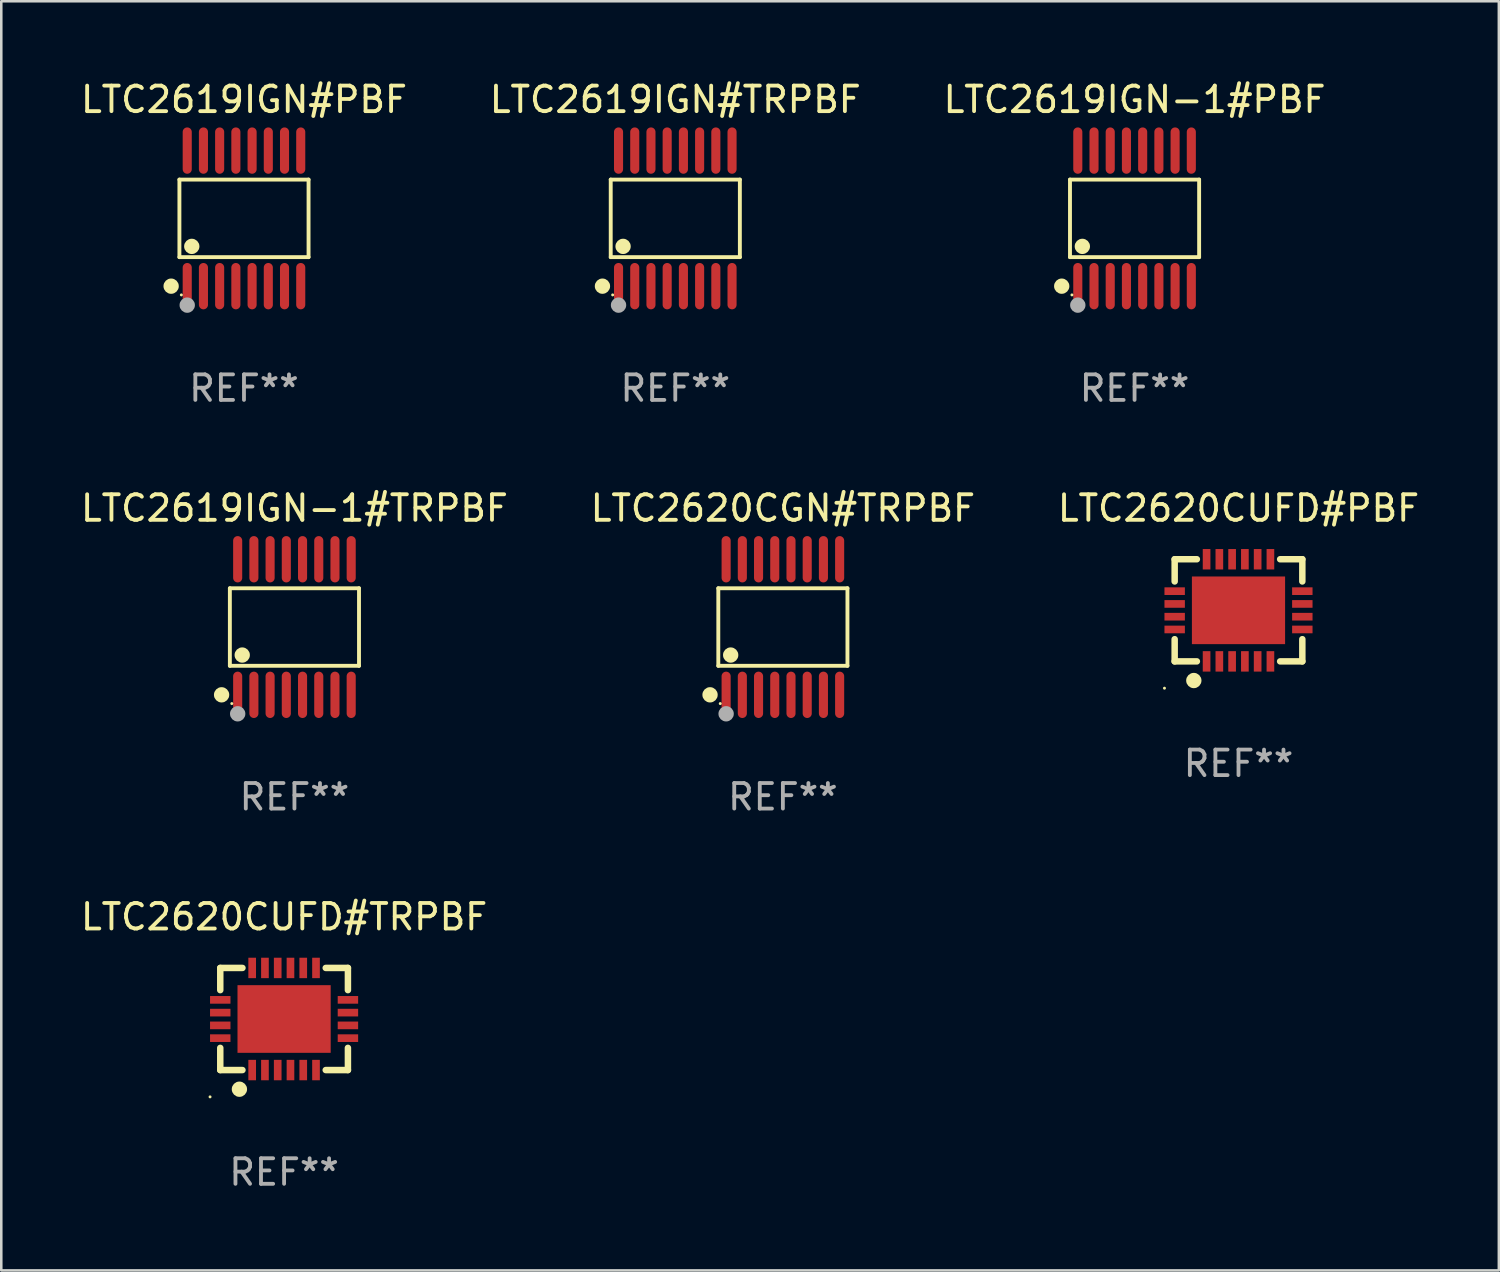
<source format=kicad_pcb>
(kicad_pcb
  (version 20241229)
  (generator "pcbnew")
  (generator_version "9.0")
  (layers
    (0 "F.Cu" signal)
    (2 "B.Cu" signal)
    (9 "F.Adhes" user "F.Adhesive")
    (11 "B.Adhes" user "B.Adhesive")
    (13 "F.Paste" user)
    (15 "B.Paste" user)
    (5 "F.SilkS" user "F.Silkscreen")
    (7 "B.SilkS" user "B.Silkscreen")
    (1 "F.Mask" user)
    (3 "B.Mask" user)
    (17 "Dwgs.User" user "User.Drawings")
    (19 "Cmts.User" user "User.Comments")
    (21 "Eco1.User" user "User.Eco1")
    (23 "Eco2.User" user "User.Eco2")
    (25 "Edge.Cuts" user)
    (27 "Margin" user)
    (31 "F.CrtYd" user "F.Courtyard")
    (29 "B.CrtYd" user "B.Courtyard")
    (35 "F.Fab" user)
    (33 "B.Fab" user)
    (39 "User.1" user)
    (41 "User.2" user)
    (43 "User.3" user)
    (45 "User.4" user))
  (footprint "LTC2619IGN-1#PBF"
    (layer "F.Cu")
    (at 41.387 5.503)
    (property "Reference" "LTC2619IGN-1#PBF" (at 0 -4.655 0) (layer "F.SilkS") (effects (font (size 1 1) (thickness 0.15))))
    (attr through_hole)
    (fp_line (start -2.529 -1.519) (end 2.529 -1.519) (stroke (width 0.152) (type solid)) (layer "F.SilkS"))
    (fp_line (start -2.529 1.519) (end -2.529 -1.519) (stroke (width 0.152) (type solid)) (layer "F.SilkS"))
    (fp_line (start 2.529 -1.519) (end 2.529 1.519) (stroke (width 0.152) (type solid)) (layer "F.SilkS"))
    (fp_line (start 2.529 1.519) (end -2.529 1.519) (stroke (width 0.152) (type solid)) (layer "F.SilkS"))
    (fp_circle (center -2.853 2.655) (end -2.703 2.655) (stroke (width 0.3) (type solid)) (fill no) (layer "F.SilkS"))
    (fp_circle (center -2.453 2.998) (end -2.423 2.998) (stroke (width 0.06) (type solid)) (fill no) (layer "F.SilkS"))
    (fp_circle (center -2.045 1.097) (end -1.895 1.097) (stroke (width 0.3) (type solid)) (fill no) (layer "F.SilkS"))
    (fp_circle (center -2.223 3.398) (end -2.072 3.398) (stroke (width 0.3) (type solid)) (fill no) (layer "F.Fab"))
    (fp_text user "REF**" (at 0 6.655 0) (layer "F.Fab") (effects (font (size 1 1) (thickness 0.15))))
    (pad "1" smd oval (at -2.223 2.655) (size 0.356 1.815) (layers "F.Cu" "F.Mask" "F.Paste"))
    (pad "2" smd oval (at -1.588 2.655) (size 0.356 1.815) (layers "F.Cu" "F.Mask" "F.Paste"))
    (pad "3" smd oval (at -0.953 2.655) (size 0.356 1.815) (layers "F.Cu" "F.Mask" "F.Paste"))
    (pad "4" smd oval (at -0.318 2.655) (size 0.356 1.815) (layers "F.Cu" "F.Mask" "F.Paste"))
    (pad "5" smd oval (at 0.318 2.655) (size 0.356 1.815) (layers "F.Cu" "F.Mask" "F.Paste"))
    (pad "6" smd oval (at 0.953 2.655) (size 0.356 1.815) (layers "F.Cu" "F.Mask" "F.Paste"))
    (pad "7" smd oval (at 1.588 2.655) (size 0.356 1.815) (layers "F.Cu" "F.Mask" "F.Paste"))
    (pad "8" smd oval (at 2.223 2.655) (size 0.356 1.815) (layers "F.Cu" "F.Mask" "F.Paste"))
    (pad "9" smd oval (at 2.223 -2.655) (size 0.356 1.815) (layers "F.Cu" "F.Mask" "F.Paste"))
    (pad "10" smd oval (at 1.588 -2.655) (size 0.356 1.815) (layers "F.Cu" "F.Mask" "F.Paste"))
    (pad "11" smd oval (at 0.953 -2.655) (size 0.356 1.815) (layers "F.Cu" "F.Mask" "F.Paste"))
    (pad "12" smd oval (at 0.318 -2.655) (size 0.356 1.815) (layers "F.Cu" "F.Mask" "F.Paste"))
    (pad "13" smd oval (at -0.318 -2.655) (size 0.356 1.815) (layers "F.Cu" "F.Mask" "F.Paste"))
    (pad "14" smd oval (at -0.953 -2.655) (size 0.356 1.815) (layers "F.Cu" "F.Mask" "F.Paste"))
    (pad "15" smd oval (at -1.588 -2.655) (size 0.356 1.815) (layers "F.Cu" "F.Mask" "F.Paste"))
    (pad "16" smd oval (at -2.223 -2.655) (size 0.356 1.815) (layers "F.Cu" "F.Mask" "F.Paste")))
  (footprint "LTC2619IGN#TRPBF"
    (layer "F.Cu")
    (at 23.399 5.503)
    (property "Reference" "LTC2619IGN#TRPBF" (at 0 -4.655 0) (layer "F.SilkS") (effects (font (size 1 1) (thickness 0.15))))
    (attr through_hole)
    (fp_line (start -2.529 -1.519) (end 2.529 -1.519) (stroke (width 0.152) (type solid)) (layer "F.SilkS"))
    (fp_line (start -2.529 1.519) (end -2.529 -1.519) (stroke (width 0.152) (type solid)) (layer "F.SilkS"))
    (fp_line (start 2.529 -1.519) (end 2.529 1.519) (stroke (width 0.152) (type solid)) (layer "F.SilkS"))
    (fp_line (start 2.529 1.519) (end -2.529 1.519) (stroke (width 0.152) (type solid)) (layer "F.SilkS"))
    (fp_circle (center -2.853 2.655) (end -2.703 2.655) (stroke (width 0.3) (type solid)) (fill no) (layer "F.SilkS"))
    (fp_circle (center -2.453 2.998) (end -2.423 2.998) (stroke (width 0.06) (type solid)) (fill no) (layer "F.SilkS"))
    (fp_circle (center -2.045 1.097) (end -1.895 1.097) (stroke (width 0.3) (type solid)) (fill no) (layer "F.SilkS"))
    (fp_circle (center -2.223 3.398) (end -2.072 3.398) (stroke (width 0.3) (type solid)) (fill no) (layer "F.Fab"))
    (fp_text user "REF**" (at 0 6.655 0) (layer "F.Fab") (effects (font (size 1 1) (thickness 0.15))))
    (pad "1" smd oval (at -2.223 2.655) (size 0.356 1.815) (layers "F.Cu" "F.Mask" "F.Paste"))
    (pad "2" smd oval (at -1.588 2.655) (size 0.356 1.815) (layers "F.Cu" "F.Mask" "F.Paste"))
    (pad "3" smd oval (at -0.953 2.655) (size 0.356 1.815) (layers "F.Cu" "F.Mask" "F.Paste"))
    (pad "4" smd oval (at -0.318 2.655) (size 0.356 1.815) (layers "F.Cu" "F.Mask" "F.Paste"))
    (pad "5" smd oval (at 0.318 2.655) (size 0.356 1.815) (layers "F.Cu" "F.Mask" "F.Paste"))
    (pad "6" smd oval (at 0.953 2.655) (size 0.356 1.815) (layers "F.Cu" "F.Mask" "F.Paste"))
    (pad "7" smd oval (at 1.588 2.655) (size 0.356 1.815) (layers "F.Cu" "F.Mask" "F.Paste"))
    (pad "8" smd oval (at 2.223 2.655) (size 0.356 1.815) (layers "F.Cu" "F.Mask" "F.Paste"))
    (pad "9" smd oval (at 2.223 -2.655) (size 0.356 1.815) (layers "F.Cu" "F.Mask" "F.Paste"))
    (pad "10" smd oval (at 1.588 -2.655) (size 0.356 1.815) (layers "F.Cu" "F.Mask" "F.Paste"))
    (pad "11" smd oval (at 0.953 -2.655) (size 0.356 1.815) (layers "F.Cu" "F.Mask" "F.Paste"))
    (pad "12" smd oval (at 0.318 -2.655) (size 0.356 1.815) (layers "F.Cu" "F.Mask" "F.Paste"))
    (pad "13" smd oval (at -0.318 -2.655) (size 0.356 1.815) (layers "F.Cu" "F.Mask" "F.Paste"))
    (pad "14" smd oval (at -0.953 -2.655) (size 0.356 1.815) (layers "F.Cu" "F.Mask" "F.Paste"))
    (pad "15" smd oval (at -1.588 -2.655) (size 0.356 1.815) (layers "F.Cu" "F.Mask" "F.Paste"))
    (pad "16" smd oval (at -2.223 -2.655) (size 0.356 1.815) (layers "F.Cu" "F.Mask" "F.Paste")))
  (footprint "LTC2620CGN#TRPBF"
    (layer "F.Cu")
    (at 27.613 21.509)
    (property "Reference" "LTC2620CGN#TRPBF" (at 0 -4.655 0) (layer "F.SilkS") (effects (font (size 1 1) (thickness 0.15))))
    (attr through_hole)
    (fp_line (start -2.529 -1.519) (end 2.529 -1.519) (stroke (width 0.152) (type solid)) (layer "F.SilkS"))
    (fp_line (start -2.529 1.519) (end -2.529 -1.519) (stroke (width 0.152) (type solid)) (layer "F.SilkS"))
    (fp_line (start 2.529 -1.519) (end 2.529 1.519) (stroke (width 0.152) (type solid)) (layer "F.SilkS"))
    (fp_line (start 2.529 1.519) (end -2.529 1.519) (stroke (width 0.152) (type solid)) (layer "F.SilkS"))
    (fp_circle (center -2.853 2.655) (end -2.703 2.655) (stroke (width 0.3) (type solid)) (fill no) (layer "F.SilkS"))
    (fp_circle (center -2.453 2.998) (end -2.423 2.998) (stroke (width 0.06) (type solid)) (fill no) (layer "F.SilkS"))
    (fp_circle (center -2.045 1.097) (end -1.895 1.097) (stroke (width 0.3) (type solid)) (fill no) (layer "F.SilkS"))
    (fp_circle (center -2.223 3.398) (end -2.072 3.398) (stroke (width 0.3) (type solid)) (fill no) (layer "F.Fab"))
    (fp_text user "REF**" (at 0 6.655 0) (layer "F.Fab") (effects (font (size 1 1) (thickness 0.15))))
    (pad "1" smd oval (at -2.223 2.655) (size 0.356 1.815) (layers "F.Cu" "F.Mask" "F.Paste"))
    (pad "2" smd oval (at -1.588 2.655) (size 0.356 1.815) (layers "F.Cu" "F.Mask" "F.Paste"))
    (pad "3" smd oval (at -0.953 2.655) (size 0.356 1.815) (layers "F.Cu" "F.Mask" "F.Paste"))
    (pad "4" smd oval (at -0.318 2.655) (size 0.356 1.815) (layers "F.Cu" "F.Mask" "F.Paste"))
    (pad "5" smd oval (at 0.318 2.655) (size 0.356 1.815) (layers "F.Cu" "F.Mask" "F.Paste"))
    (pad "6" smd oval (at 0.953 2.655) (size 0.356 1.815) (layers "F.Cu" "F.Mask" "F.Paste"))
    (pad "7" smd oval (at 1.588 2.655) (size 0.356 1.815) (layers "F.Cu" "F.Mask" "F.Paste"))
    (pad "8" smd oval (at 2.223 2.655) (size 0.356 1.815) (layers "F.Cu" "F.Mask" "F.Paste"))
    (pad "9" smd oval (at 2.223 -2.655) (size 0.356 1.815) (layers "F.Cu" "F.Mask" "F.Paste"))
    (pad "10" smd oval (at 1.588 -2.655) (size 0.356 1.815) (layers "F.Cu" "F.Mask" "F.Paste"))
    (pad "11" smd oval (at 0.953 -2.655) (size 0.356 1.815) (layers "F.Cu" "F.Mask" "F.Paste"))
    (pad "12" smd oval (at 0.318 -2.655) (size 0.356 1.815) (layers "F.Cu" "F.Mask" "F.Paste"))
    (pad "13" smd oval (at -0.318 -2.655) (size 0.356 1.815) (layers "F.Cu" "F.Mask" "F.Paste"))
    (pad "14" smd oval (at -0.953 -2.655) (size 0.356 1.815) (layers "F.Cu" "F.Mask" "F.Paste"))
    (pad "15" smd oval (at -1.588 -2.655) (size 0.356 1.815) (layers "F.Cu" "F.Mask" "F.Paste"))
    (pad "16" smd oval (at -2.223 -2.655) (size 0.356 1.815) (layers "F.Cu" "F.Mask" "F.Paste")))
  (footprint "LTC2620CUFD#PBF"
    (layer "F.Cu")
    (at 45.458 20.854)
    (property "Reference" "LTC2620CUFD#PBF" (at 0 -4 0) (layer "F.SilkS") (effects (font (size 1 1) (thickness 0.15))))
    (attr through_hole)
    (fp_line (start -2.5 -2) (end -1.631 -2) (stroke (width 0.254) (type solid)) (layer "F.SilkS"))
    (fp_line (start -2.5 -1.131) (end -2.5 -2) (stroke (width 0.254) (type solid)) (layer "F.SilkS"))
    (fp_line (start -2.5 2) (end -2.5 1.131) (stroke (width 0.254) (type solid)) (layer "F.SilkS"))
    (fp_line (start -1.631 2) (end -2.5 2) (stroke (width 0.254) (type solid)) (layer "F.SilkS"))
    (fp_line (start 1.631 -2) (end 2.5 -2) (stroke (width 0.254) (type solid)) (layer "F.SilkS"))
    (fp_line (start 2.5 -2) (end 2.5 -1.131) (stroke (width 0.254) (type solid)) (layer "F.SilkS"))
    (fp_line (start 2.5 1.131) (end 2.5 2) (stroke (width 0.254) (type solid)) (layer "F.SilkS"))
    (fp_line (start 2.5 2) (end 1.631 2) (stroke (width 0.254) (type solid)) (layer "F.SilkS"))
    (fp_circle (center -2.9 3.05) (end -2.87 3.05) (stroke (width 0.06) (type solid)) (fill no) (layer "F.SilkS"))
    (fp_circle (center -1.75 2.75) (end -1.6 2.75) (stroke (width 0.3) (type solid)) (fill no) (layer "F.SilkS"))
    (fp_text user "REF**" (at 0 6 0) (layer "F.Fab") (effects (font (size 1 1) (thickness 0.15))))
    (pad "1" smd rect (at -1.25 2 90) (size 0.8 0.3) (layers "F.Cu" "F.Mask" "F.Paste"))
    (pad "2" smd rect (at -0.75 2 90) (size 0.8 0.3) (layers "F.Cu" "F.Mask" "F.Paste"))
    (pad "3" smd rect (at -0.25 2 90) (size 0.8 0.3) (layers "F.Cu" "F.Mask" "F.Paste"))
    (pad "4" smd rect (at 0.25 2 90) (size 0.8 0.3) (layers "F.Cu" "F.Mask" "F.Paste"))
    (pad "5" smd rect (at 0.75 2 90) (size 0.8 0.3) (layers "F.Cu" "F.Mask" "F.Paste"))
    (pad "6" smd rect (at 1.25 2 90) (size 0.8 0.3) (layers "F.Cu" "F.Mask" "F.Paste"))
    (pad "7" smd rect (at 2.5 0.75 180) (size 0.8 0.3) (layers "F.Cu" "F.Mask" "F.Paste"))
    (pad "8" smd rect (at 2.5 0.25 180) (size 0.8 0.3) (layers "F.Cu" "F.Mask" "F.Paste"))
    (pad "9" smd rect (at 2.5 -0.25 180) (size 0.8 0.3) (layers "F.Cu" "F.Mask" "F.Paste"))
    (pad "10" smd rect (at 2.5 -0.75 180) (size 0.8 0.3) (layers "F.Cu" "F.Mask" "F.Paste"))
    (pad "11" smd rect (at 1.25 -2 270) (size 0.8 0.3) (layers "F.Cu" "F.Mask" "F.Paste"))
    (pad "12" smd rect (at 0.75 -2 270) (size 0.8 0.3) (layers "F.Cu" "F.Mask" "F.Paste"))
    (pad "13" smd rect (at 0.25 -2 270) (size 0.8 0.3) (layers "F.Cu" "F.Mask" "F.Paste"))
    (pad "14" smd rect (at -0.25 -2 270) (size 0.8 0.3) (layers "F.Cu" "F.Mask" "F.Paste"))
    (pad "15" smd rect (at -0.75 -2 270) (size 0.8 0.3) (layers "F.Cu" "F.Mask" "F.Paste"))
    (pad "16" smd rect (at -1.25 -2 270) (size 0.8 0.3) (layers "F.Cu" "F.Mask" "F.Paste"))
    (pad "17" smd rect (at -2.5 -0.75) (size 0.8 0.3) (layers "F.Cu" "F.Mask" "F.Paste"))
    (pad "18" smd rect (at -2.5 -0.25) (size 0.8 0.3) (layers "F.Cu" "F.Mask" "F.Paste"))
    (pad "19" smd rect (at -2.5 0.25) (size 0.8 0.3) (layers "F.Cu" "F.Mask" "F.Paste"))
    (pad "20" smd rect (at -2.5 0.75) (size 0.8 0.3) (layers "F.Cu" "F.Mask" "F.Paste"))
    (pad "21" smd rect (at 0 0) (size 3.65 2.65) (layers "F.Cu" "F.Mask" "F.Paste")))
  (footprint "LTC2619IGN-1#TRPBF"
    (layer "F.Cu")
    (at 8.482 21.509)
    (property "Reference" "LTC2619IGN-1#TRPBF" (at 0 -4.655 0) (layer "F.SilkS") (effects (font (size 1 1) (thickness 0.15))))
    (attr through_hole)
    (fp_line (start -2.529 -1.519) (end 2.529 -1.519) (stroke (width 0.152) (type solid)) (layer "F.SilkS"))
    (fp_line (start -2.529 1.519) (end -2.529 -1.519) (stroke (width 0.152) (type solid)) (layer "F.SilkS"))
    (fp_line (start 2.529 -1.519) (end 2.529 1.519) (stroke (width 0.152) (type solid)) (layer "F.SilkS"))
    (fp_line (start 2.529 1.519) (end -2.529 1.519) (stroke (width 0.152) (type solid)) (layer "F.SilkS"))
    (fp_circle (center -2.853 2.655) (end -2.703 2.655) (stroke (width 0.3) (type solid)) (fill no) (layer "F.SilkS"))
    (fp_circle (center -2.453 2.998) (end -2.423 2.998) (stroke (width 0.06) (type solid)) (fill no) (layer "F.SilkS"))
    (fp_circle (center -2.045 1.097) (end -1.895 1.097) (stroke (width 0.3) (type solid)) (fill no) (layer "F.SilkS"))
    (fp_circle (center -2.223 3.398) (end -2.072 3.398) (stroke (width 0.3) (type solid)) (fill no) (layer "F.Fab"))
    (fp_text user "REF**" (at 0 6.655 0) (layer "F.Fab") (effects (font (size 1 1) (thickness 0.15))))
    (pad "1" smd oval (at -2.223 2.655) (size 0.356 1.815) (layers "F.Cu" "F.Mask" "F.Paste"))
    (pad "2" smd oval (at -1.588 2.655) (size 0.356 1.815) (layers "F.Cu" "F.Mask" "F.Paste"))
    (pad "3" smd oval (at -0.953 2.655) (size 0.356 1.815) (layers "F.Cu" "F.Mask" "F.Paste"))
    (pad "4" smd oval (at -0.318 2.655) (size 0.356 1.815) (layers "F.Cu" "F.Mask" "F.Paste"))
    (pad "5" smd oval (at 0.318 2.655) (size 0.356 1.815) (layers "F.Cu" "F.Mask" "F.Paste"))
    (pad "6" smd oval (at 0.953 2.655) (size 0.356 1.815) (layers "F.Cu" "F.Mask" "F.Paste"))
    (pad "7" smd oval (at 1.588 2.655) (size 0.356 1.815) (layers "F.Cu" "F.Mask" "F.Paste"))
    (pad "8" smd oval (at 2.223 2.655) (size 0.356 1.815) (layers "F.Cu" "F.Mask" "F.Paste"))
    (pad "9" smd oval (at 2.223 -2.655) (size 0.356 1.815) (layers "F.Cu" "F.Mask" "F.Paste"))
    (pad "10" smd oval (at 1.588 -2.655) (size 0.356 1.815) (layers "F.Cu" "F.Mask" "F.Paste"))
    (pad "11" smd oval (at 0.953 -2.655) (size 0.356 1.815) (layers "F.Cu" "F.Mask" "F.Paste"))
    (pad "12" smd oval (at 0.318 -2.655) (size 0.356 1.815) (layers "F.Cu" "F.Mask" "F.Paste"))
    (pad "13" smd oval (at -0.318 -2.655) (size 0.356 1.815) (layers "F.Cu" "F.Mask" "F.Paste"))
    (pad "14" smd oval (at -0.953 -2.655) (size 0.356 1.815) (layers "F.Cu" "F.Mask" "F.Paste"))
    (pad "15" smd oval (at -1.588 -2.655) (size 0.356 1.815) (layers "F.Cu" "F.Mask" "F.Paste"))
    (pad "16" smd oval (at -2.223 -2.655) (size 0.356 1.815) (layers "F.Cu" "F.Mask" "F.Paste")))
  (footprint "LTC2619IGN#PBF"
    (layer "F.Cu")
    (at 6.506 5.503)
    (property "Reference" "LTC2619IGN#PBF" (at 0 -4.655 0) (layer "F.SilkS") (effects (font (size 1 1) (thickness 0.15))))
    (attr through_hole)
    (fp_line (start -2.529 -1.519) (end 2.529 -1.519) (stroke (width 0.152) (type solid)) (layer "F.SilkS"))
    (fp_line (start -2.529 1.519) (end -2.529 -1.519) (stroke (width 0.152) (type solid)) (layer "F.SilkS"))
    (fp_line (start 2.529 -1.519) (end 2.529 1.519) (stroke (width 0.152) (type solid)) (layer "F.SilkS"))
    (fp_line (start 2.529 1.519) (end -2.529 1.519) (stroke (width 0.152) (type solid)) (layer "F.SilkS"))
    (fp_circle (center -2.853 2.655) (end -2.703 2.655) (stroke (width 0.3) (type solid)) (fill no) (layer "F.SilkS"))
    (fp_circle (center -2.453 2.998) (end -2.423 2.998) (stroke (width 0.06) (type solid)) (fill no) (layer "F.SilkS"))
    (fp_circle (center -2.045 1.097) (end -1.895 1.097) (stroke (width 0.3) (type solid)) (fill no) (layer "F.SilkS"))
    (fp_circle (center -2.223 3.398) (end -2.072 3.398) (stroke (width 0.3) (type solid)) (fill no) (layer "F.Fab"))
    (fp_text user "REF**" (at 0 6.655 0) (layer "F.Fab") (effects (font (size 1 1) (thickness 0.15))))
    (pad "1" smd oval (at -2.223 2.655) (size 0.356 1.815) (layers "F.Cu" "F.Mask" "F.Paste"))
    (pad "2" smd oval (at -1.588 2.655) (size 0.356 1.815) (layers "F.Cu" "F.Mask" "F.Paste"))
    (pad "3" smd oval (at -0.953 2.655) (size 0.356 1.815) (layers "F.Cu" "F.Mask" "F.Paste"))
    (pad "4" smd oval (at -0.318 2.655) (size 0.356 1.815) (layers "F.Cu" "F.Mask" "F.Paste"))
    (pad "5" smd oval (at 0.318 2.655) (size 0.356 1.815) (layers "F.Cu" "F.Mask" "F.Paste"))
    (pad "6" smd oval (at 0.953 2.655) (size 0.356 1.815) (layers "F.Cu" "F.Mask" "F.Paste"))
    (pad "7" smd oval (at 1.588 2.655) (size 0.356 1.815) (layers "F.Cu" "F.Mask" "F.Paste"))
    (pad "8" smd oval (at 2.223 2.655) (size 0.356 1.815) (layers "F.Cu" "F.Mask" "F.Paste"))
    (pad "9" smd oval (at 2.223 -2.655) (size 0.356 1.815) (layers "F.Cu" "F.Mask" "F.Paste"))
    (pad "10" smd oval (at 1.588 -2.655) (size 0.356 1.815) (layers "F.Cu" "F.Mask" "F.Paste"))
    (pad "11" smd oval (at 0.953 -2.655) (size 0.356 1.815) (layers "F.Cu" "F.Mask" "F.Paste"))
    (pad "12" smd oval (at 0.318 -2.655) (size 0.356 1.815) (layers "F.Cu" "F.Mask" "F.Paste"))
    (pad "13" smd oval (at -0.318 -2.655) (size 0.356 1.815) (layers "F.Cu" "F.Mask" "F.Paste"))
    (pad "14" smd oval (at -0.953 -2.655) (size 0.356 1.815) (layers "F.Cu" "F.Mask" "F.Paste"))
    (pad "15" smd oval (at -1.588 -2.655) (size 0.356 1.815) (layers "F.Cu" "F.Mask" "F.Paste"))
    (pad "16" smd oval (at -2.223 -2.655) (size 0.356 1.815) (layers "F.Cu" "F.Mask" "F.Paste")))
  (footprint "LTC2620CUFD#TRPBF"
    (layer "F.Cu")
    (at 8.077 36.861)
    (property "Reference" "LTC2620CUFD#TRPBF" (at 0 -4 0) (layer "F.SilkS") (effects (font (size 1 1) (thickness 0.15))))
    (attr through_hole)
    (fp_line (start -2.5 -2) (end -1.631 -2) (stroke (width 0.254) (type solid)) (layer "F.SilkS"))
    (fp_line (start -2.5 -1.131) (end -2.5 -2) (stroke (width 0.254) (type solid)) (layer "F.SilkS"))
    (fp_line (start -2.5 2) (end -2.5 1.131) (stroke (width 0.254) (type solid)) (layer "F.SilkS"))
    (fp_line (start -1.631 2) (end -2.5 2) (stroke (width 0.254) (type solid)) (layer "F.SilkS"))
    (fp_line (start 1.631 -2) (end 2.5 -2) (stroke (width 0.254) (type solid)) (layer "F.SilkS"))
    (fp_line (start 2.5 -2) (end 2.5 -1.131) (stroke (width 0.254) (type solid)) (layer "F.SilkS"))
    (fp_line (start 2.5 1.131) (end 2.5 2) (stroke (width 0.254) (type solid)) (layer "F.SilkS"))
    (fp_line (start 2.5 2) (end 1.631 2) (stroke (width 0.254) (type solid)) (layer "F.SilkS"))
    (fp_circle (center -2.9 3.05) (end -2.87 3.05) (stroke (width 0.06) (type solid)) (fill no) (layer "F.SilkS"))
    (fp_circle (center -1.75 2.75) (end -1.6 2.75) (stroke (width 0.3) (type solid)) (fill no) (layer "F.SilkS"))
    (fp_text user "REF**" (at 0 6 0) (layer "F.Fab") (effects (font (size 1 1) (thickness 0.15))))
    (pad "1" smd rect (at -1.25 2 90) (size 0.8 0.3) (layers "F.Cu" "F.Mask" "F.Paste"))
    (pad "2" smd rect (at -0.75 2 90) (size 0.8 0.3) (layers "F.Cu" "F.Mask" "F.Paste"))
    (pad "3" smd rect (at -0.25 2 90) (size 0.8 0.3) (layers "F.Cu" "F.Mask" "F.Paste"))
    (pad "4" smd rect (at 0.25 2 90) (size 0.8 0.3) (layers "F.Cu" "F.Mask" "F.Paste"))
    (pad "5" smd rect (at 0.75 2 90) (size 0.8 0.3) (layers "F.Cu" "F.Mask" "F.Paste"))
    (pad "6" smd rect (at 1.25 2 90) (size 0.8 0.3) (layers "F.Cu" "F.Mask" "F.Paste"))
    (pad "7" smd rect (at 2.5 0.75 180) (size 0.8 0.3) (layers "F.Cu" "F.Mask" "F.Paste"))
    (pad "8" smd rect (at 2.5 0.25 180) (size 0.8 0.3) (layers "F.Cu" "F.Mask" "F.Paste"))
    (pad "9" smd rect (at 2.5 -0.25 180) (size 0.8 0.3) (layers "F.Cu" "F.Mask" "F.Paste"))
    (pad "10" smd rect (at 2.5 -0.75 180) (size 0.8 0.3) (layers "F.Cu" "F.Mask" "F.Paste"))
    (pad "11" smd rect (at 1.25 -2 270) (size 0.8 0.3) (layers "F.Cu" "F.Mask" "F.Paste"))
    (pad "12" smd rect (at 0.75 -2 270) (size 0.8 0.3) (layers "F.Cu" "F.Mask" "F.Paste"))
    (pad "13" smd rect (at 0.25 -2 270) (size 0.8 0.3) (layers "F.Cu" "F.Mask" "F.Paste"))
    (pad "14" smd rect (at -0.25 -2 270) (size 0.8 0.3) (layers "F.Cu" "F.Mask" "F.Paste"))
    (pad "15" smd rect (at -0.75 -2 270) (size 0.8 0.3) (layers "F.Cu" "F.Mask" "F.Paste"))
    (pad "16" smd rect (at -1.25 -2 270) (size 0.8 0.3) (layers "F.Cu" "F.Mask" "F.Paste"))
    (pad "17" smd rect (at -2.5 -0.75) (size 0.8 0.3) (layers "F.Cu" "F.Mask" "F.Paste"))
    (pad "18" smd rect (at -2.5 -0.25) (size 0.8 0.3) (layers "F.Cu" "F.Mask" "F.Paste"))
    (pad "19" smd rect (at -2.5 0.25) (size 0.8 0.3) (layers "F.Cu" "F.Mask" "F.Paste"))
    (pad "20" smd rect (at -2.5 0.75) (size 0.8 0.3) (layers "F.Cu" "F.Mask" "F.Paste"))
    (pad "21" smd rect (at 0 0) (size 3.65 2.65) (layers "F.Cu" "F.Mask" "F.Paste")))
  (gr_rect
    (start -3 -3)
    (end 55.655 46.709)
    (stroke (width 0.1) (type default))
    (fill no)
    (layer "Edge.Cuts")))
</source>
